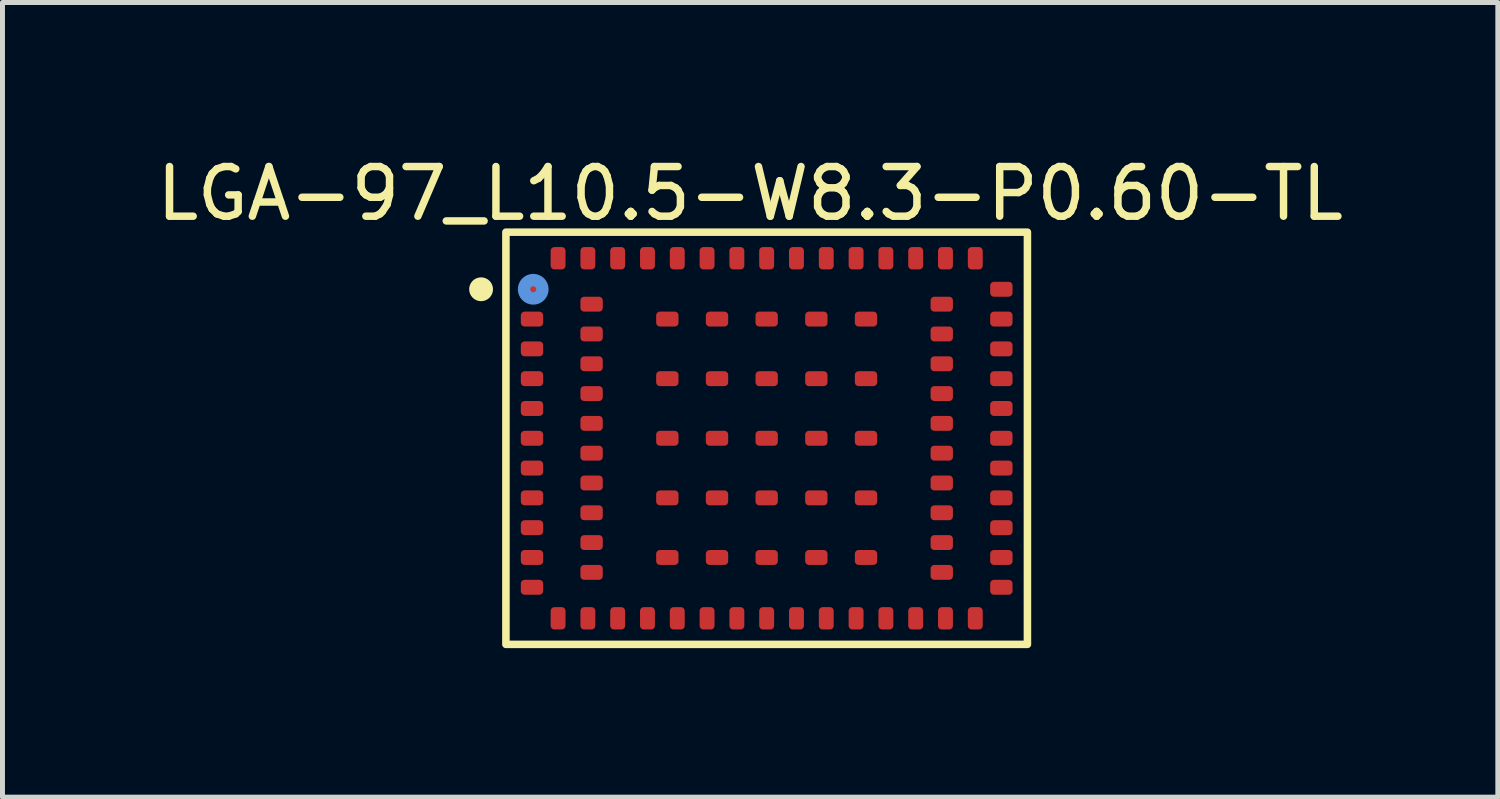
<source format=kicad_pcb>
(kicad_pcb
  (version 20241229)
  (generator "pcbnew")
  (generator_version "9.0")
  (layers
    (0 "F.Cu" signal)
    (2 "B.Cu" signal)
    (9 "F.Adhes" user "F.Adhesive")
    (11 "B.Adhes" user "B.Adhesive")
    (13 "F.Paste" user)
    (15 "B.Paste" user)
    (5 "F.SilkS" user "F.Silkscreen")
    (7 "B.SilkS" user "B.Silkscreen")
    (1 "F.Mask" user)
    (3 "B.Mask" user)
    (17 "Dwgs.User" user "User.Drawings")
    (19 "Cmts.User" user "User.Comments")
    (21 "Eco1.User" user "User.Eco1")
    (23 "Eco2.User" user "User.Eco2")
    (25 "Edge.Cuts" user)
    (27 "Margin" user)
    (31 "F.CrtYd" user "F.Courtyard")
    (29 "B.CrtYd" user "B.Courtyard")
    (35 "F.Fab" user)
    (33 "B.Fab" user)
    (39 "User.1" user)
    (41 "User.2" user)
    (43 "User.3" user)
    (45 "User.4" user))
  (footprint "LGA-97_L10.5-W8.3-P0.60-TL"
    (layer "F.Cu")
    (at 12.386 5.774)
    (property "Reference" "LGA-97_L10.5-W8.3-P0.60-TL" (at -0.332 -4.926 0) (layer "F.SilkS") (effects (font (size 1 1) (thickness 0.15))))
    (fp_rect (start -5.25 -4.15) (end 5.25 4.15) (stroke (width 0.152) (type default)) (fill no) (layer "F.SilkS"))
    (fp_circle (center -5.75 -3) (end -5.63 -3) (stroke (width 0.24) (type default)) (fill no) (layer "F.SilkS"))
    (fp_circle (center -4.7 -3) (end -4.64 -3) (stroke (width 0.25) (type solid)) (fill no) (layer "Cmts.User"))
    (fp_line (start -5.25 -4.15) (end 5.25 -4.15) (stroke (width 0.051) (type default)) (layer "User.2"))
    (fp_line (start -5.25 4.15) (end -5.25 -4.15) (stroke (width 0.051) (type default)) (layer "User.2"))
    (fp_line (start 5.25 -4.15) (end 5.25 4.15) (stroke (width 0.051) (type default)) (layer "User.2"))
    (fp_line (start 5.25 4.15) (end -5.25 4.15) (stroke (width 0.051) (type default)) (layer "User.2"))
    (fp_poly (pts (xy -5.195 -4.173) (xy -5.227 -4.205) (xy -5.273 -4.205) (xy -5.305 -4.173) (xy -5.305 -4.127) (xy -5.273 -4.095) (xy -5.227 -4.095) (xy -5.195 -4.127)) (stroke (width 0.1) (type default)) (fill no) (layer "User.3"))
    (pad "1" smd roundrect (at -4.725 -3) (size 0.45 0.3) (layers "F.Cu" "F.Mask" "F.Paste") (roundrect_rratio 0.25))
    (pad "2" smd roundrect (at -4.725 -2.4) (size 0.45 0.3) (layers "F.Cu" "F.Mask" "F.Paste") (roundrect_rratio 0.25))
    (pad "3" smd roundrect (at -4.725 -1.8) (size 0.45 0.3) (layers "F.Cu" "F.Mask" "F.Paste") (roundrect_rratio 0.25))
    (pad "4" smd roundrect (at -4.725 -1.2) (size 0.45 0.3) (layers "F.Cu" "F.Mask" "F.Paste") (roundrect_rratio 0.25))
    (pad "5" smd roundrect (at -4.725 -0.6) (size 0.45 0.3) (layers "F.Cu" "F.Mask" "F.Paste") (roundrect_rratio 0.25))
    (pad "6" smd roundrect (at -4.725 0) (size 0.45 0.3) (layers "F.Cu" "F.Mask" "F.Paste") (roundrect_rratio 0.25))
    (pad "7" smd roundrect (at -4.725 0.6) (size 0.45 0.3) (layers "F.Cu" "F.Mask" "F.Paste") (roundrect_rratio 0.25))
    (pad "8" smd roundrect (at -4.725 1.2) (size 0.45 0.3) (layers "F.Cu" "F.Mask" "F.Paste") (roundrect_rratio 0.25))
    (pad "9" smd roundrect (at -4.725 1.8) (size 0.45 0.3) (layers "F.Cu" "F.Mask" "F.Paste") (roundrect_rratio 0.25))
    (pad "10" smd roundrect (at -4.725 2.4) (size 0.45 0.3) (layers "F.Cu" "F.Mask" "F.Paste") (roundrect_rratio 0.25))
    (pad "11" smd roundrect (at -4.725 3) (size 0.45 0.3) (layers "F.Cu" "F.Mask" "F.Paste") (roundrect_rratio 0.25))
    (pad "12" smd roundrect (at -4.2 3.625 90) (size 0.45 0.3) (layers "F.Cu" "F.Mask" "F.Paste") (roundrect_rratio 0.25))
    (pad "13" smd roundrect (at -3.6 3.625 90) (size 0.45 0.3) (layers "F.Cu" "F.Mask" "F.Paste") (roundrect_rratio 0.25))
    (pad "14" smd roundrect (at -3 3.625 90) (size 0.45 0.3) (layers "F.Cu" "F.Mask" "F.Paste") (roundrect_rratio 0.25))
    (pad "15" smd roundrect (at -2.4 3.625 90) (size 0.45 0.3) (layers "F.Cu" "F.Mask" "F.Paste") (roundrect_rratio 0.25))
    (pad "16" smd roundrect (at -1.8 3.625 90) (size 0.45 0.3) (layers "F.Cu" "F.Mask" "F.Paste") (roundrect_rratio 0.25))
    (pad "17" smd roundrect (at -1.2 3.625 90) (size 0.45 0.3) (layers "F.Cu" "F.Mask" "F.Paste") (roundrect_rratio 0.25))
    (pad "18" smd roundrect (at -0.6 3.625 90) (size 0.45 0.3) (layers "F.Cu" "F.Mask" "F.Paste") (roundrect_rratio 0.25))
    (pad "19" smd roundrect (at 0 3.625 90) (size 0.45 0.3) (layers "F.Cu" "F.Mask" "F.Paste") (roundrect_rratio 0.25))
    (pad "20" smd roundrect (at 0.6 3.625 90) (size 0.45 0.3) (layers "F.Cu" "F.Mask" "F.Paste") (roundrect_rratio 0.25))
    (pad "21" smd roundrect (at 1.2 3.625 90) (size 0.45 0.3) (layers "F.Cu" "F.Mask" "F.Paste") (roundrect_rratio 0.25))
    (pad "22" smd roundrect (at 1.8 3.625 90) (size 0.45 0.3) (layers "F.Cu" "F.Mask" "F.Paste") (roundrect_rratio 0.25))
    (pad "23" smd roundrect (at 2.4 3.625 90) (size 0.45 0.3) (layers "F.Cu" "F.Mask" "F.Paste") (roundrect_rratio 0.25))
    (pad "24" smd roundrect (at 3 3.625 90) (size 0.45 0.3) (layers "F.Cu" "F.Mask" "F.Paste") (roundrect_rratio 0.25))
    (pad "25" smd roundrect (at 3.6 3.625 90) (size 0.45 0.3) (layers "F.Cu" "F.Mask" "F.Paste") (roundrect_rratio 0.25))
    (pad "26" smd roundrect (at 4.2 3.625 90) (size 0.45 0.3) (layers "F.Cu" "F.Mask" "F.Paste") (roundrect_rratio 0.25))
    (pad "27" smd roundrect (at 4.725 3) (size 0.45 0.3) (layers "F.Cu" "F.Mask" "F.Paste") (roundrect_rratio 0.25))
    (pad "28" smd roundrect (at 4.725 2.4) (size 0.45 0.3) (layers "F.Cu" "F.Mask" "F.Paste") (roundrect_rratio 0.25))
    (pad "29" smd roundrect (at 4.725 1.8) (size 0.45 0.3) (layers "F.Cu" "F.Mask" "F.Paste") (roundrect_rratio 0.25))
    (pad "30" smd roundrect (at 4.725 1.2) (size 0.45 0.3) (layers "F.Cu" "F.Mask" "F.Paste") (roundrect_rratio 0.25))
    (pad "31" smd roundrect (at 4.725 0.6) (size 0.45 0.3) (layers "F.Cu" "F.Mask" "F.Paste") (roundrect_rratio 0.25))
    (pad "32" smd roundrect (at 4.725 0) (size 0.45 0.3) (layers "F.Cu" "F.Mask" "F.Paste") (roundrect_rratio 0.25))
    (pad "33" smd roundrect (at 4.725 -0.6) (size 0.45 0.3) (layers "F.Cu" "F.Mask" "F.Paste") (roundrect_rratio 0.25))
    (pad "34" smd roundrect (at 4.725 -1.2) (size 0.45 0.3) (layers "F.Cu" "F.Mask" "F.Paste") (roundrect_rratio 0.25))
    (pad "35" smd roundrect (at 4.725 -1.8) (size 0.45 0.3) (layers "F.Cu" "F.Mask" "F.Paste") (roundrect_rratio 0.25))
    (pad "36" smd roundrect (at 4.725 -2.4) (size 0.45 0.3) (layers "F.Cu" "F.Mask" "F.Paste") (roundrect_rratio 0.25))
    (pad "37" smd roundrect (at 4.725 -3) (size 0.45 0.3) (layers "F.Cu" "F.Mask" "F.Paste") (roundrect_rratio 0.25))
    (pad "38" smd roundrect (at 4.2 -3.625 90) (size 0.45 0.3) (layers "F.Cu" "F.Mask" "F.Paste") (roundrect_rratio 0.25))
    (pad "39" smd roundrect (at 3.6 -3.625 90) (size 0.45 0.3) (layers "F.Cu" "F.Mask" "F.Paste") (roundrect_rratio 0.25))
    (pad "40" smd roundrect (at 3 -3.625 90) (size 0.45 0.3) (layers "F.Cu" "F.Mask" "F.Paste") (roundrect_rratio 0.25))
    (pad "41" smd roundrect (at 2.4 -3.625 90) (size 0.45 0.3) (layers "F.Cu" "F.Mask" "F.Paste") (roundrect_rratio 0.25))
    (pad "42" smd roundrect (at 1.8 -3.625 90) (size 0.45 0.3) (layers "F.Cu" "F.Mask" "F.Paste") (roundrect_rratio 0.25))
    (pad "43" smd roundrect (at 1.2 -3.625 90) (size 0.45 0.3) (layers "F.Cu" "F.Mask" "F.Paste") (roundrect_rratio 0.25))
    (pad "44" smd roundrect (at 0.6 -3.625 90) (size 0.45 0.3) (layers "F.Cu" "F.Mask" "F.Paste") (roundrect_rratio 0.25))
    (pad "45" smd roundrect (at 0 -3.625 90) (size 0.45 0.3) (layers "F.Cu" "F.Mask" "F.Paste") (roundrect_rratio 0.25))
    (pad "46" smd roundrect (at -0.6 -3.625 90) (size 0.45 0.3) (layers "F.Cu" "F.Mask" "F.Paste") (roundrect_rratio 0.25))
    (pad "47" smd roundrect (at -1.2 -3.625 90) (size 0.45 0.3) (layers "F.Cu" "F.Mask" "F.Paste") (roundrect_rratio 0.25))
    (pad "48" smd roundrect (at -1.8 -3.625 90) (size 0.45 0.3) (layers "F.Cu" "F.Mask" "F.Paste") (roundrect_rratio 0.25))
    (pad "49" smd roundrect (at -2.4 -3.625 90) (size 0.45 0.3) (layers "F.Cu" "F.Mask" "F.Paste") (roundrect_rratio 0.25))
    (pad "50" smd roundrect (at -3 -3.625 90) (size 0.45 0.3) (layers "F.Cu" "F.Mask" "F.Paste") (roundrect_rratio 0.25))
    (pad "51" smd roundrect (at -3.6 -3.625 90) (size 0.45 0.3) (layers "F.Cu" "F.Mask" "F.Paste") (roundrect_rratio 0.25))
    (pad "52" smd roundrect (at -4.2 -3.625 90) (size 0.45 0.3) (layers "F.Cu" "F.Mask" "F.Paste") (roundrect_rratio 0.25))
    (pad "53" smd roundrect (at -3.525 -2.7) (size 0.45 0.3) (layers "F.Cu" "F.Mask" "F.Paste") (roundrect_rratio 0.25))
    (pad "54" smd roundrect (at -3.525 -2.1) (size 0.45 0.3) (layers "F.Cu" "F.Mask" "F.Paste") (roundrect_rratio 0.25))
    (pad "55" smd roundrect (at -3.525 -1.5) (size 0.45 0.3) (layers "F.Cu" "F.Mask" "F.Paste") (roundrect_rratio 0.25))
    (pad "56" smd roundrect (at -3.525 -0.9) (size 0.45 0.3) (layers "F.Cu" "F.Mask" "F.Paste") (roundrect_rratio 0.25))
    (pad "57" smd roundrect (at -3.525 -0.3) (size 0.45 0.3) (layers "F.Cu" "F.Mask" "F.Paste") (roundrect_rratio 0.25))
    (pad "58" smd roundrect (at -3.525 0.3) (size 0.45 0.3) (layers "F.Cu" "F.Mask" "F.Paste") (roundrect_rratio 0.25))
    (pad "59" smd roundrect (at -3.525 0.9) (size 0.45 0.3) (layers "F.Cu" "F.Mask" "F.Paste") (roundrect_rratio 0.25))
    (pad "60" smd roundrect (at -3.525 1.5) (size 0.45 0.3) (layers "F.Cu" "F.Mask" "F.Paste") (roundrect_rratio 0.25))
    (pad "61" smd roundrect (at -3.525 2.1) (size 0.45 0.3) (layers "F.Cu" "F.Mask" "F.Paste") (roundrect_rratio 0.25))
    (pad "62" smd roundrect (at -3.525 2.7) (size 0.45 0.3) (layers "F.Cu" "F.Mask" "F.Paste") (roundrect_rratio 0.25))
    (pad "63" smd roundrect (at 3.525 2.7) (size 0.45 0.3) (layers "F.Cu" "F.Mask" "F.Paste") (roundrect_rratio 0.25))
    (pad "64" smd roundrect (at 3.525 2.1) (size 0.45 0.3) (layers "F.Cu" "F.Mask" "F.Paste") (roundrect_rratio 0.25))
    (pad "65" smd roundrect (at 3.525 1.5) (size 0.45 0.3) (layers "F.Cu" "F.Mask" "F.Paste") (roundrect_rratio 0.25))
    (pad "66" smd roundrect (at 3.525 0.9) (size 0.45 0.3) (layers "F.Cu" "F.Mask" "F.Paste") (roundrect_rratio 0.25))
    (pad "67" smd roundrect (at 3.525 0.3) (size 0.45 0.3) (layers "F.Cu" "F.Mask" "F.Paste") (roundrect_rratio 0.25))
    (pad "68" smd roundrect (at 3.525 -0.3) (size 0.45 0.3) (layers "F.Cu" "F.Mask" "F.Paste") (roundrect_rratio 0.25))
    (pad "69" smd roundrect (at 3.525 -0.9) (size 0.45 0.3) (layers "F.Cu" "F.Mask" "F.Paste") (roundrect_rratio 0.25))
    (pad "70" smd roundrect (at 3.525 -1.5) (size 0.45 0.3) (layers "F.Cu" "F.Mask" "F.Paste") (roundrect_rratio 0.25))
    (pad "71" smd roundrect (at 3.525 -2.1) (size 0.45 0.3) (layers "F.Cu" "F.Mask" "F.Paste") (roundrect_rratio 0.25))
    (pad "72" smd roundrect (at 3.525 -2.7) (size 0.45 0.3) (layers "F.Cu" "F.Mask" "F.Paste") (roundrect_rratio 0.25))
    (pad "73" smd roundrect (at -2 -2.4) (size 0.45 0.3) (layers "F.Cu" "F.Mask" "F.Paste") (roundrect_rratio 0.25))
    (pad "74" smd roundrect (at -1 -2.4) (size 0.45 0.3) (layers "F.Cu" "F.Mask" "F.Paste") (roundrect_rratio 0.25))
    (pad "75" smd roundrect (at 0 -2.4) (size 0.45 0.3) (layers "F.Cu" "F.Mask" "F.Paste") (roundrect_rratio 0.25))
    (pad "76" smd roundrect (at 1 -2.4) (size 0.45 0.3) (layers "F.Cu" "F.Mask" "F.Paste") (roundrect_rratio 0.25))
    (pad "77" smd roundrect (at 2 -2.4) (size 0.45 0.3) (layers "F.Cu" "F.Mask" "F.Paste") (roundrect_rratio 0.25))
    (pad "78" smd roundrect (at -2 -1.2) (size 0.45 0.3) (layers "F.Cu" "F.Mask" "F.Paste") (roundrect_rratio 0.25))
    (pad "79" smd roundrect (at -1 -1.2) (size 0.45 0.3) (layers "F.Cu" "F.Mask" "F.Paste") (roundrect_rratio 0.25))
    (pad "80" smd roundrect (at 0 -1.2) (size 0.45 0.3) (layers "F.Cu" "F.Mask" "F.Paste") (roundrect_rratio 0.25))
    (pad "81" smd roundrect (at 1 -1.2) (size 0.45 0.3) (layers "F.Cu" "F.Mask" "F.Paste") (roundrect_rratio 0.25))
    (pad "82" smd roundrect (at 2 -1.2) (size 0.45 0.3) (layers "F.Cu" "F.Mask" "F.Paste") (roundrect_rratio 0.25))
    (pad "83" smd roundrect (at -2 0) (size 0.45 0.3) (layers "F.Cu" "F.Mask" "F.Paste") (roundrect_rratio 0.25))
    (pad "84" smd roundrect (at -1 0) (size 0.45 0.3) (layers "F.Cu" "F.Mask" "F.Paste") (roundrect_rratio 0.25))
    (pad "85" smd roundrect (at 0 0) (size 0.45 0.3) (layers "F.Cu" "F.Mask" "F.Paste") (roundrect_rratio 0.25))
    (pad "86" smd roundrect (at 1 0) (size 0.45 0.3) (layers "F.Cu" "F.Mask" "F.Paste") (roundrect_rratio 0.25))
    (pad "87" smd roundrect (at 2 0) (size 0.45 0.3) (layers "F.Cu" "F.Mask" "F.Paste") (roundrect_rratio 0.25))
    (pad "88" smd roundrect (at -2 1.2) (size 0.45 0.3) (layers "F.Cu" "F.Mask" "F.Paste") (roundrect_rratio 0.25))
    (pad "89" smd roundrect (at -1 1.2) (size 0.45 0.3) (layers "F.Cu" "F.Mask" "F.Paste") (roundrect_rratio 0.25))
    (pad "90" smd roundrect (at 0 1.2) (size 0.45 0.3) (layers "F.Cu" "F.Mask" "F.Paste") (roundrect_rratio 0.25))
    (pad "91" smd roundrect (at 1 1.2) (size 0.45 0.3) (layers "F.Cu" "F.Mask" "F.Paste") (roundrect_rratio 0.25))
    (pad "92" smd roundrect (at 2 1.2) (size 0.45 0.3) (layers "F.Cu" "F.Mask" "F.Paste") (roundrect_rratio 0.25))
    (pad "93" smd roundrect (at -2 2.4) (size 0.45 0.3) (layers "F.Cu" "F.Mask" "F.Paste") (roundrect_rratio 0.25))
    (pad "94" smd roundrect (at -1 2.4) (size 0.45 0.3) (layers "F.Cu" "F.Mask" "F.Paste") (roundrect_rratio 0.25))
    (pad "95" smd roundrect (at 0 2.4) (size 0.45 0.3) (layers "F.Cu" "F.Mask" "F.Paste") (roundrect_rratio 0.25))
    (pad "96" smd roundrect (at 1 2.4) (size 0.45 0.3) (layers "F.Cu" "F.Mask" "F.Paste") (roundrect_rratio 0.25))
    (pad "97" smd roundrect (at 2 2.4) (size 0.45 0.3) (layers "F.Cu" "F.Mask" "F.Paste") (roundrect_rratio 0.25)))
  (gr_rect
    (start -3 -3)
    (end 27.107 13)
    (stroke (width 0.1) (type default))
    (fill no)
    (layer "Edge.Cuts")))
</source>
